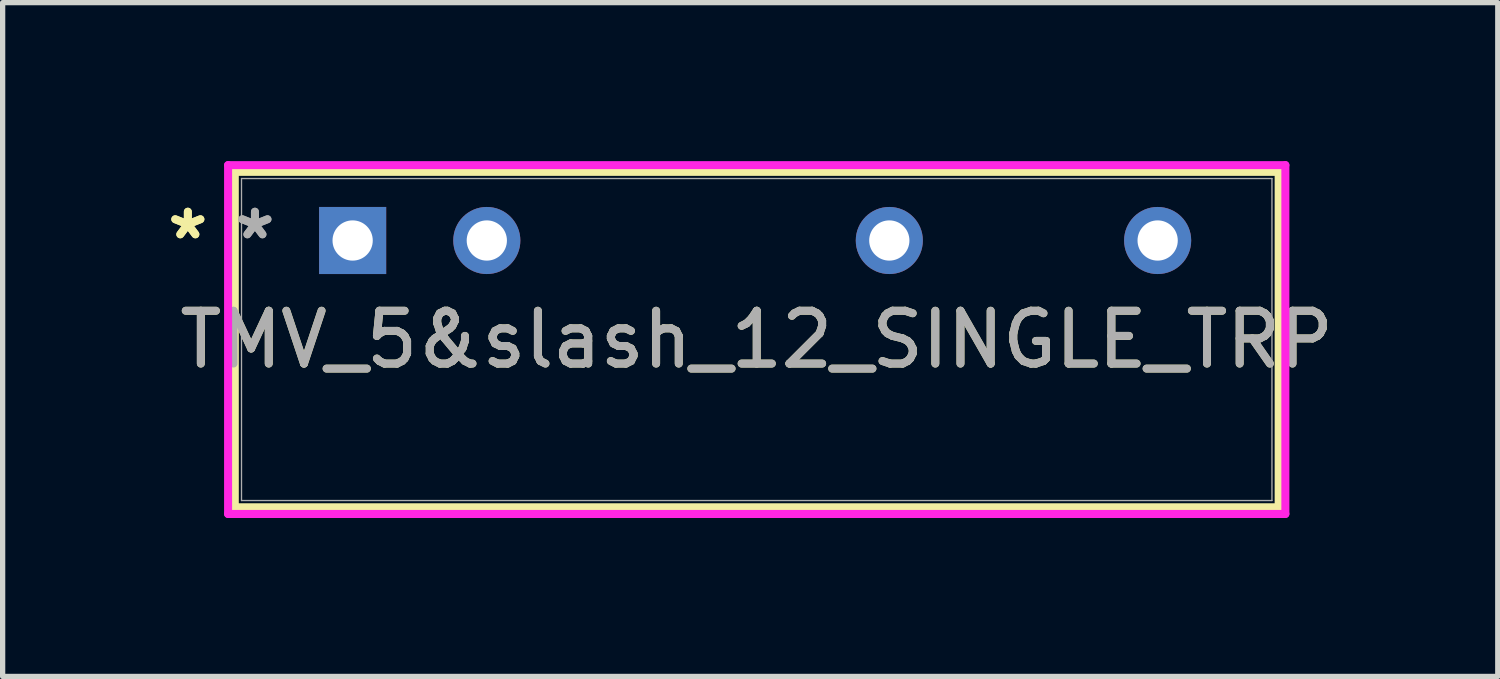
<source format=kicad_pcb>
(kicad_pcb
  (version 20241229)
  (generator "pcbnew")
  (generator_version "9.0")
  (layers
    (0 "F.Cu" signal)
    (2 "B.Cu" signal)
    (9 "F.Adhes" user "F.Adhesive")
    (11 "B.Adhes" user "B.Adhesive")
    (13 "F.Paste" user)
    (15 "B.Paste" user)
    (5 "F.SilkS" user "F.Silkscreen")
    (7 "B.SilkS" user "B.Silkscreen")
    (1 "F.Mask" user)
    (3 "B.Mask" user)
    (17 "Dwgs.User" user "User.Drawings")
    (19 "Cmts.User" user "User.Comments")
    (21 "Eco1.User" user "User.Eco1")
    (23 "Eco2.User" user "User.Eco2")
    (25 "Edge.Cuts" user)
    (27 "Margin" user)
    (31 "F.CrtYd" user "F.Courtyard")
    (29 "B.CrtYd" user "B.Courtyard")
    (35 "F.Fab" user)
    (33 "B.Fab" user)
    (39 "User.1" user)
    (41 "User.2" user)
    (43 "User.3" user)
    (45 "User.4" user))
  (footprint "TMV_5&slash_12_SINGLE_TRP"
    (layer "F.Cu")
    (at 3.626 1.503)
    (property "Reference" "TMV_5&slash_12_SINGLE_TRP" (at 7.65 1.875 0) (unlocked yes) (layer "F.SilkS") (effects (font (size 1 1) (thickness 0.15))))
    (attr through_hole)
    (fp_line (start -2.231 -1.3) (end -2.231 5.05) (stroke (width 0.152) (type solid)) (layer "F.SilkS"))
    (fp_line (start -2.231 5.05) (end 17.531 5.05) (stroke (width 0.152) (type solid)) (layer "F.SilkS"))
    (fp_line (start 17.531 -1.3) (end -2.231 -1.3) (stroke (width 0.152) (type solid)) (layer "F.SilkS"))
    (fp_line (start 17.531 5.05) (end 17.531 -1.3) (stroke (width 0.152) (type solid)) (layer "F.SilkS"))
    (fp_line (start -2.358 -1.427) (end 17.658 -1.427) (stroke (width 0.152) (type solid)) (layer "F.CrtYd"))
    (fp_line (start -2.358 5.177) (end -2.358 -1.427) (stroke (width 0.152) (type solid)) (layer "F.CrtYd"))
    (fp_line (start 17.658 -1.427) (end 17.658 5.177) (stroke (width 0.152) (type solid)) (layer "F.CrtYd"))
    (fp_line (start 17.658 5.177) (end -2.358 5.177) (stroke (width 0.152) (type solid)) (layer "F.CrtYd"))
    (fp_line (start -2.104 -1.173) (end -2.104 4.923) (stroke (width 0.025) (type solid)) (layer "F.Fab"))
    (fp_line (start -2.104 4.923) (end 17.404 4.923) (stroke (width 0.025) (type solid)) (layer "F.Fab"))
    (fp_line (start 17.404 -1.173) (end -2.104 -1.173) (stroke (width 0.025) (type solid)) (layer "F.Fab"))
    (fp_line (start 17.404 4.923) (end 17.404 -1.173) (stroke (width 0.025) (type solid)) (layer "F.Fab"))
    (fp_text user "*" (at -3.12 0 0) (layer "F.SilkS") (effects (font (size 1 1) (thickness 0.15))))
    (fp_text user "*" (at -3.12 0 0) (unlocked yes) (layer "F.SilkS") (effects (font (size 1 1) (thickness 0.15))))
    (fp_text user "*" (at -1.85 0 0) (unlocked yes) (layer "F.Fab") (effects (font (size 1 1) (thickness 0.15))))
    (fp_text user "*" (at -1.85 0 0) (layer "F.Fab") (effects (font (size 1 1) (thickness 0.15))))
    (fp_text user "${REFERENCE}" (at 7.65 1.875 0) (unlocked yes) (layer "F.Fab") (effects (font (size 1 1) (thickness 0.15))))
    (pad "1" thru_hole rect (at 0 0) (size 1.27 1.27) (drill 0.762) (layers "*.Cu" "*.Mask"))
    (pad "2" thru_hole circle (at 2.54 0) (size 1.27 1.27) (drill 0.762) (layers "*.Cu" "*.Mask"))
    (pad "5" thru_hole circle (at 10.16 0) (size 1.27 1.27) (drill 0.762) (layers "*.Cu" "*.Mask"))
    (pad "7" thru_hole circle (at 15.24 0) (size 1.27 1.27) (drill 0.762) (layers "*.Cu" "*.Mask")))
  (gr_rect
    (start -3 -3)
    (end 25.305 9.756)
    (stroke (width 0.1) (type default))
    (fill no)
    (layer "Edge.Cuts")))
</source>
